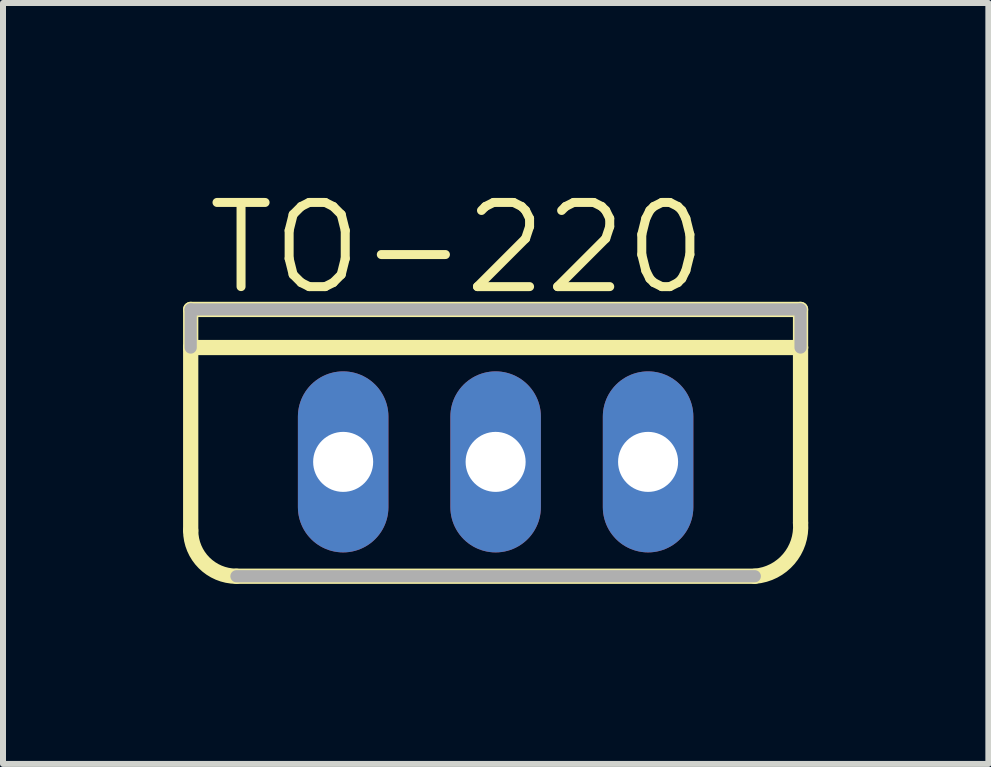
<source format=kicad_pcb>
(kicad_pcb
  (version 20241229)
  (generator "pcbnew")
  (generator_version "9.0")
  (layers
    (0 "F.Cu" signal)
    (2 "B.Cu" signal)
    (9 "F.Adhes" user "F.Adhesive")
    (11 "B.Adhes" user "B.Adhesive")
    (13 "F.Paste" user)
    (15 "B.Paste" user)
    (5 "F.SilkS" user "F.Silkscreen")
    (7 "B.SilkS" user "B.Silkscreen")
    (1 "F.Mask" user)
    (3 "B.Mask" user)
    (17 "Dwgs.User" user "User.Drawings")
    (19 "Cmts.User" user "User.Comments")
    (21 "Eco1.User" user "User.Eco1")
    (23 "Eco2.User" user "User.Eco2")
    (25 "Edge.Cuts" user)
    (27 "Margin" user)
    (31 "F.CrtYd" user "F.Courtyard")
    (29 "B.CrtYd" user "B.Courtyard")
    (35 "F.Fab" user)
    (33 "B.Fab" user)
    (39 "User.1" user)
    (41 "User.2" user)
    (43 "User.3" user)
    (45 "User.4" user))
  (footprint "TO-220"
    (layer "F.Cu")
    (at 5.207 4.645)
    (property "Reference" "TO-220" (at -0.636 -3.561 0) (layer "F.SilkS") (effects (font (size 1.402 1.402) (thickness 0.15))))
    (attr through_hole)
    (fp_line (start -5.08 -2.54) (end 5.08 -2.54) (stroke (width 0.254) (type solid)) (layer "F.SilkS"))
    (fp_line (start -5.08 -1.905) (end -5.08 -2.54) (stroke (width 0.254) (type solid)) (layer "F.SilkS"))
    (fp_line (start -5.08 1.143) (end -5.08 -1.905) (stroke (width 0.254) (type solid)) (layer "F.SilkS"))
    (fp_line (start 4.318 1.905) (end -4.318 1.905) (stroke (width 0.254) (type solid)) (layer "F.SilkS"))
    (fp_line (start 5.08 -2.54) (end 5.08 -1.905) (stroke (width 0.254) (type solid)) (layer "F.SilkS"))
    (fp_line (start 5.08 -1.905) (end -5.08 -1.905) (stroke (width 0.254) (type solid)) (layer "F.SilkS"))
    (fp_line (start 5.08 -1.905) (end 5.08 1.016) (stroke (width 0.254) (type solid)) (layer "F.SilkS"))
    (fp_arc (start -4.318 1.905) (mid -4.856815 1.681815) (end -5.08 1.143) (stroke (width 0.254) (type solid)) (layer "F.SilkS"))
    (fp_arc (start 5.08 1.016) (mid 4.883118 1.618315) (end 4.318 1.905) (stroke (width 0.254) (type solid)) (layer "F.SilkS"))
    (fp_line (start -5.08 -2.54) (end 5.08 -2.54) (stroke (width 0.203) (type solid)) (layer "F.Fab"))
    (fp_line (start -5.08 -1.905) (end -5.08 -2.54) (stroke (width 0.203) (type solid)) (layer "F.Fab"))
    (fp_line (start -4.318 1.905) (end 4.318 1.905) (stroke (width 0.203) (type solid)) (layer "F.Fab"))
    (fp_line (start 5.08 -2.54) (end 5.08 -1.905) (stroke (width 0.203) (type solid)) (layer "F.Fab"))
    (pad "1" thru_hole oval (at -2.54 0) (size 1.508 3.016) (drill 1) (layers "*.Cu" "*.Mask"))
    (pad "2" thru_hole oval (at 0 0) (size 1.508 3.016) (drill 1) (layers "*.Cu" "*.Mask"))
    (pad "3" thru_hole oval (at 2.54 0) (size 1.508 3.016) (drill 1) (layers "*.Cu" "*.Mask")))
  (gr_rect
    (start -3 -3)
    (end 13.416 9.677)
    (stroke (width 0.1) (type default))
    (fill no)
    (layer "Edge.Cuts")))
</source>
